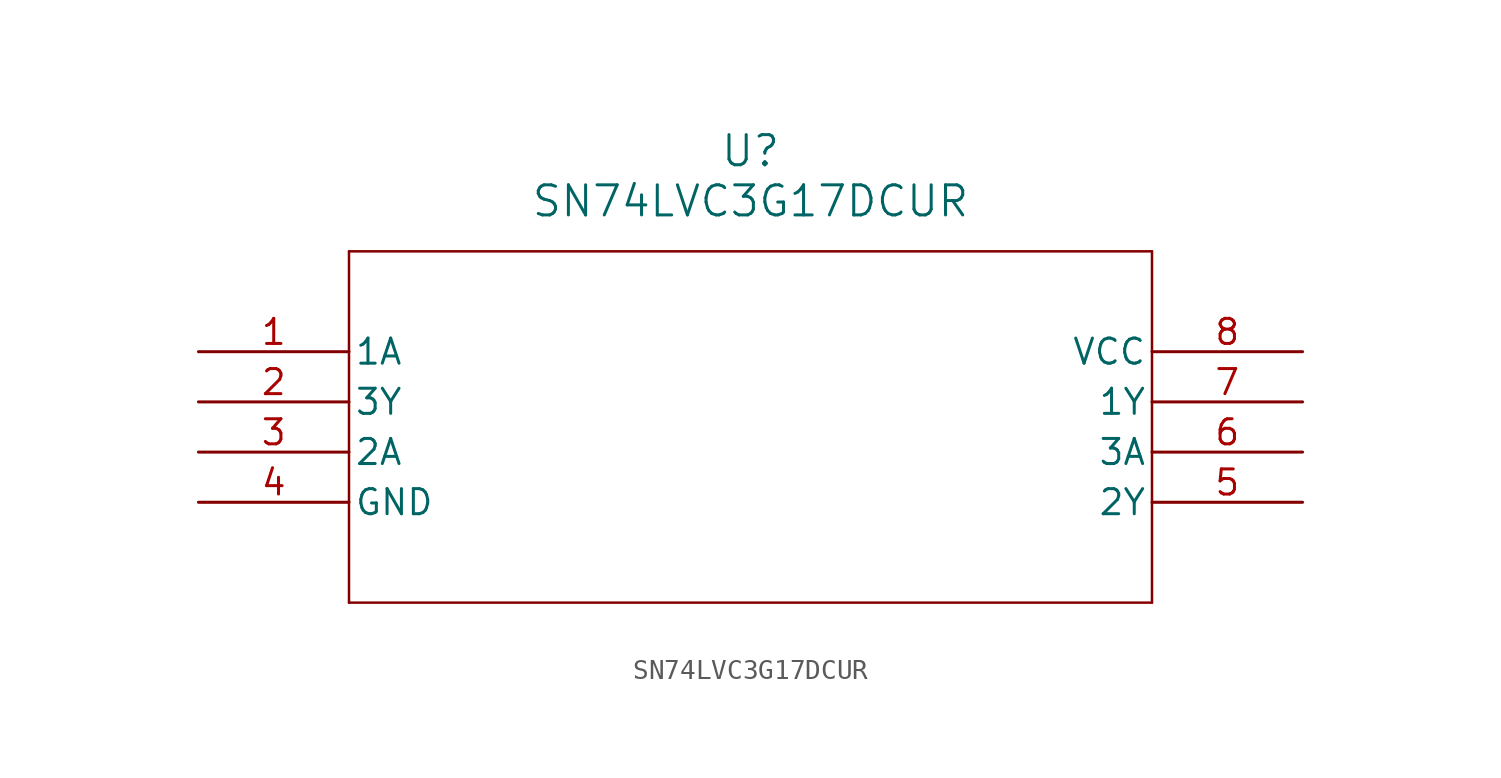
<source format=kicad_sym>
(kicad_symbol_lib
  (version 20241209)
  (generator "kicad_symbol_editor")
  (generator_version "9.0")
  (symbol "SN74LVC3G17DCUR"
    (pin_names
      (offset 0.254))
    (property "Reference" "U"
      (at 27.94 10.16 0)
      (effects (font (size 1.524 1.524))))
    (property "Value" "SN74LVC3G17DCUR"
      (at 27.94 7.62 0)
      (effects (font (size 1.524 1.524))))
    (symbol "SN74LVC3G17DCUR_0_1"
      (polyline (pts (xy 7.62 5.08) (xy 7.62 -12.7)) (stroke (width 0.127) (type default)) (fill (type none)))
      (polyline (pts (xy 7.62 -12.7) (xy 48.26 -12.7)) (stroke (width 0.127) (type default)) (fill (type none)))
      (polyline (pts (xy 48.26 5.08) (xy 7.62 5.08)) (stroke (width 0.127) (type default)) (fill (type none)))
      (polyline (pts (xy 48.26 -12.7) (xy 48.26 5.08)) (stroke (width 0.127) (type default)) (fill (type none)))
      (pin input line (at 0 0 0) (length 7.62) (name "1A" (effects (font (size 1.27 1.27)))) (number "1" (effects (font (size 1.27 1.27)))))
      (pin output line (at 0 -2.54 0) (length 7.62) (name "3Y" (effects (font (size 1.27 1.27)))) (number "2" (effects (font (size 1.27 1.27)))))
      (pin input line (at 0 -5.08 0) (length 7.62) (name "2A" (effects (font (size 1.27 1.27)))) (number "3" (effects (font (size 1.27 1.27)))))
      (pin power_in line (at 0 -7.62 0) (length 7.62) (name "GND" (effects (font (size 1.27 1.27)))) (number "4" (effects (font (size 1.27 1.27)))))
      (pin power_in line (at 55.88 0 180) (length 7.62) (name "VCC" (effects (font (size 1.27 1.27)))) (number "8" (effects (font (size 1.27 1.27)))))
      (pin output line (at 55.88 -2.54 180) (length 7.62) (name "1Y" (effects (font (size 1.27 1.27)))) (number "7" (effects (font (size 1.27 1.27)))))
      (pin input line (at 55.88 -5.08 180) (length 7.62) (name "3A" (effects (font (size 1.27 1.27)))) (number "6" (effects (font (size 1.27 1.27)))))
      (pin output line (at 55.88 -7.62 180) (length 7.62) (name "2Y" (effects (font (size 1.27 1.27)))) (number "5" (effects (font (size 1.27 1.27))))))))
</source>
